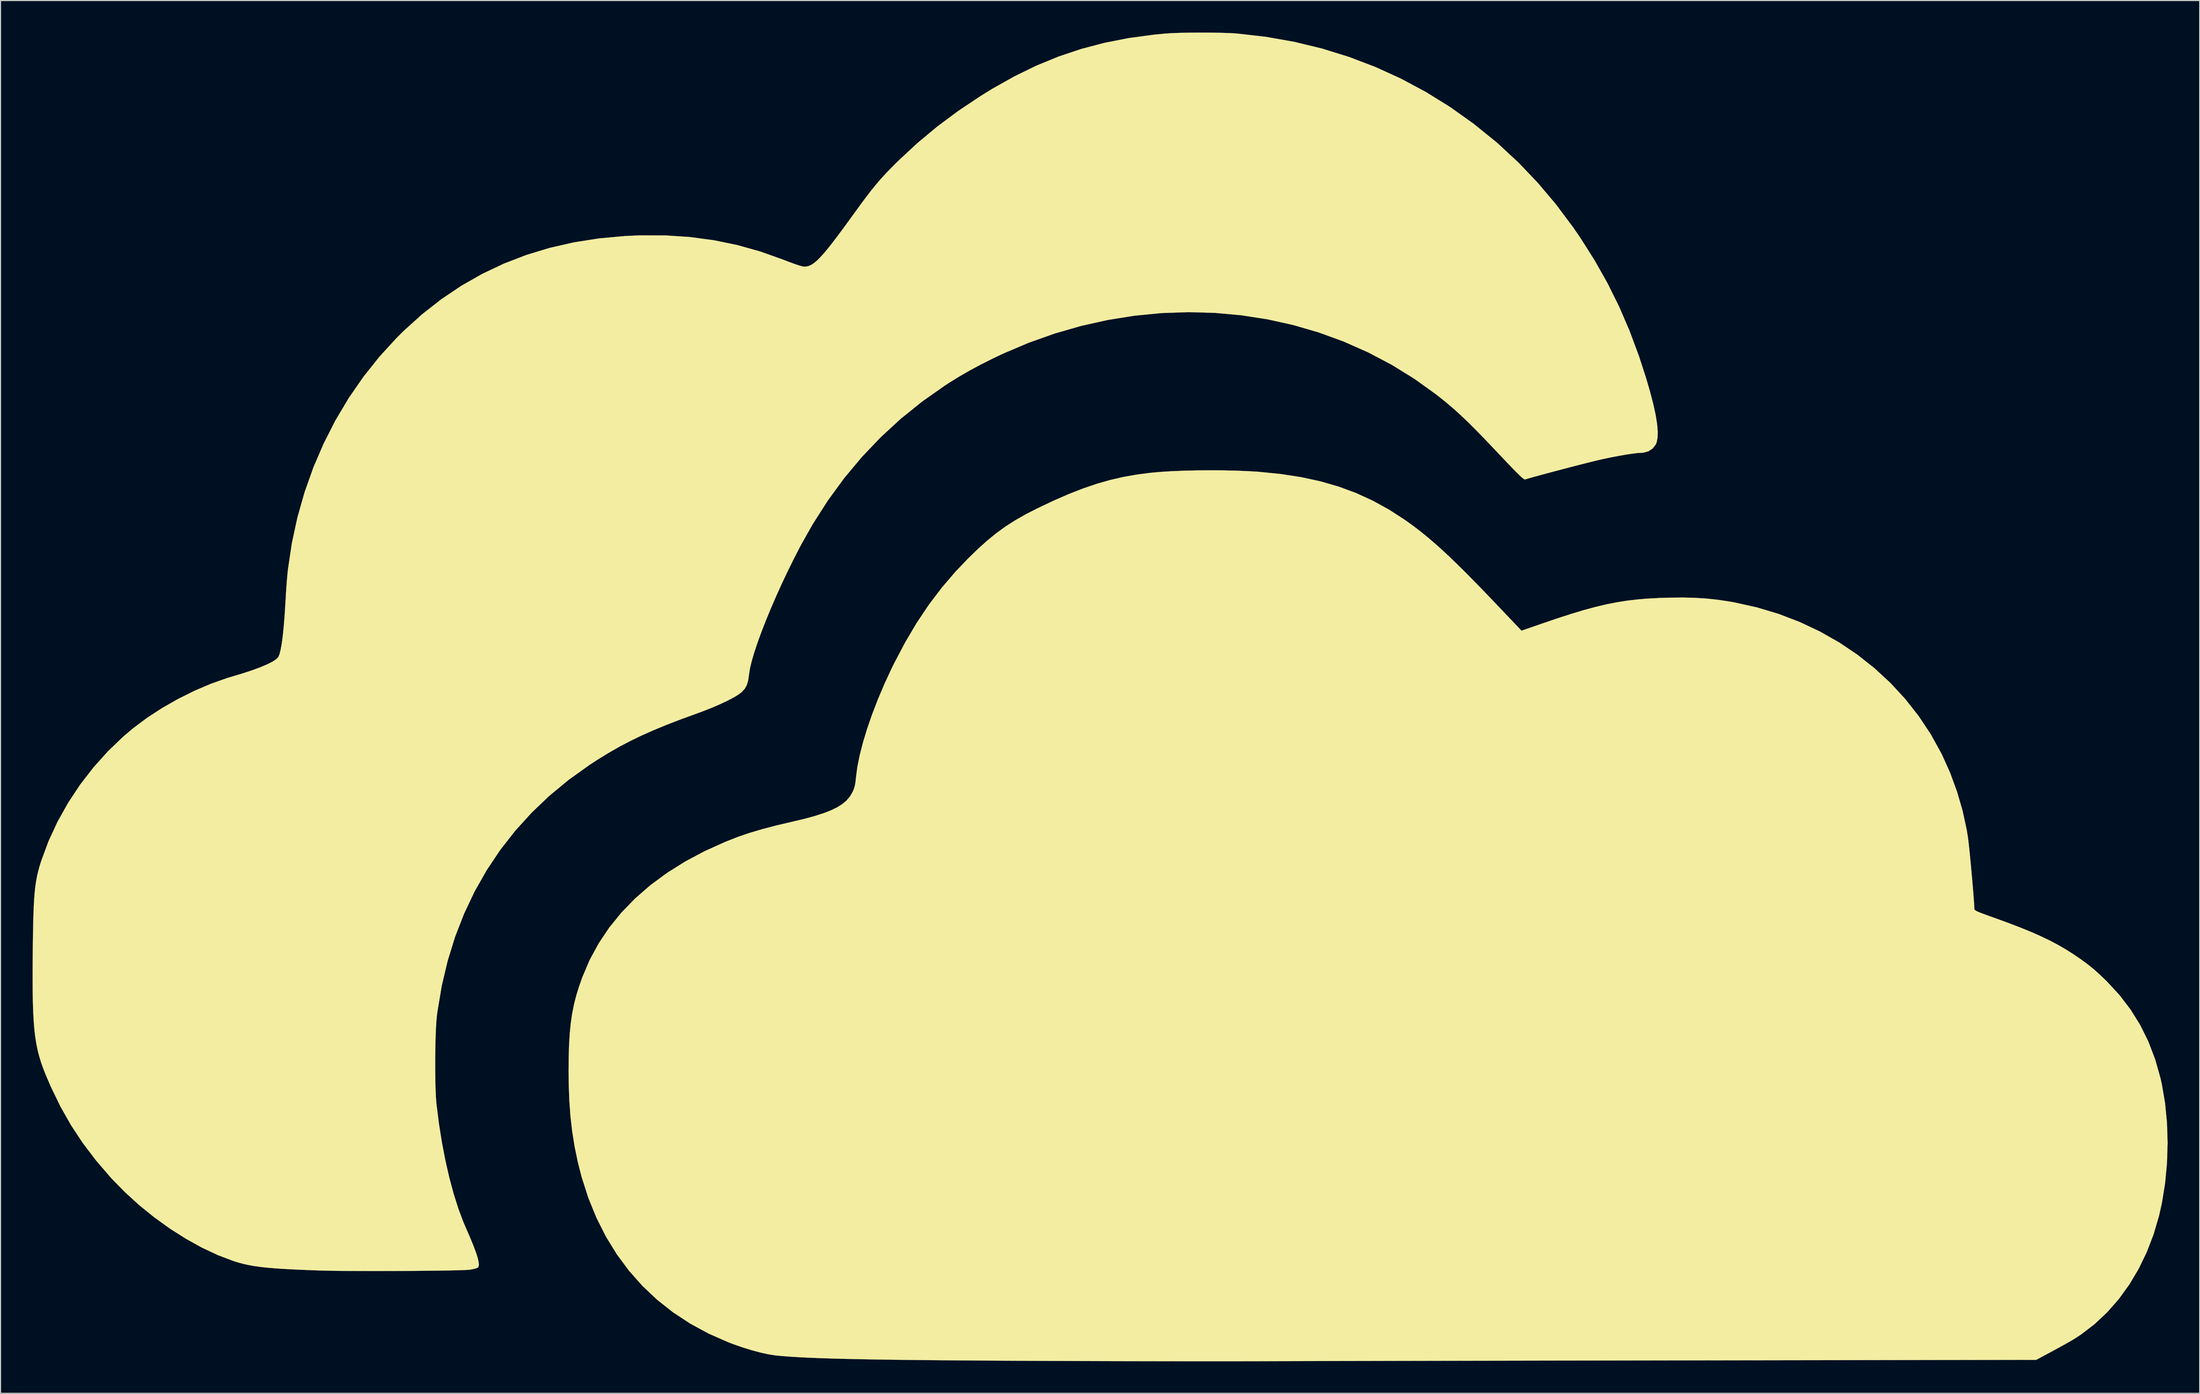
<source format=kicad_pcb>
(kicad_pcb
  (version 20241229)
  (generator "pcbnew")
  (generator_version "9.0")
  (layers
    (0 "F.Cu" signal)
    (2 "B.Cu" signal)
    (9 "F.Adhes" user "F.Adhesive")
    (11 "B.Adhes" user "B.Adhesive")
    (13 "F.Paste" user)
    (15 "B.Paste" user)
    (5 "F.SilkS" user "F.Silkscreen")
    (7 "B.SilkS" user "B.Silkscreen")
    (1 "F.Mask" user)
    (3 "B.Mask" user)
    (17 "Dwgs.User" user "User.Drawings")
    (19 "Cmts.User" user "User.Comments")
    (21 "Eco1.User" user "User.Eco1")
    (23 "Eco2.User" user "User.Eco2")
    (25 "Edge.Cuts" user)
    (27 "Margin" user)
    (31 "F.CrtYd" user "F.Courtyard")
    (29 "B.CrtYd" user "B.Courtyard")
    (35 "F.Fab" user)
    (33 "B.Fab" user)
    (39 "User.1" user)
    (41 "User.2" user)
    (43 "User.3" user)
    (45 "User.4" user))
  (footprint "onedrive_20x20_F"
    (layer "F.Cu")
    (at 99.986 62.242)
    (property "Reference" "onedrive_20x20_F" (at 0 0 0) (layer "F.SilkS") (effects (font (size 1.524 1.524) (thickness 0.3))))
    (attr through_hole)
    (fp_poly (pts (xy 11.498 -21.214) (xy 12.699 -21.188) (xy 13.83 -21.143) (xy 14.858 -21.08) (xy 14.901 -21.076) (xy 16.947 -20.869) (xy 18.863 -20.572) (xy 20.665 -20.179) (xy 22.371 -19.683) (xy 23.997 -19.079) (xy 25.559 -18.362) (xy 27.075 -17.524) (xy 28.562 -16.561) (xy 29.379 -15.971) (xy 30.004 -15.491) (xy 30.634 -14.981) (xy 31.282 -14.429) (xy 31.96 -13.824) (xy 32.679 -13.155) (xy 33.452 -12.41) (xy 34.29 -11.579) (xy 35.205 -10.651) (xy 36.208 -9.613) (xy 37.076 -8.705) (xy 39.465 -6.192) (xy 41.428 -6.873) (xy 42.835 -7.352) (xy 44.11 -7.764) (xy 45.278 -8.116) (xy 46.362 -8.411) (xy 47.384 -8.654) (xy 48.369 -8.85) (xy 49.338 -9.004) (xy 50.315 -9.12) (xy 51.324 -9.204) (xy 52.387 -9.259) (xy 53.298 -9.286) (xy 54.561 -9.298) (xy 55.705 -9.271) (xy 56.776 -9.204) (xy 57.821 -9.093) (xy 58.888 -8.934) (xy 59.394 -8.845) (xy 61.507 -8.376) (xy 63.553 -7.761) (xy 65.525 -7.005) (xy 67.414 -6.113) (xy 69.216 -5.09) (xy 70.923 -3.941) (xy 72.528 -2.671) (xy 74.024 -1.286) (xy 75.406 0.211) (xy 76.665 1.814) (xy 77.795 3.517) (xy 78.789 5.317) (xy 78.861 5.461) (xy 79.612 7.14) (xy 80.255 8.898) (xy 80.776 10.69) (xy 81.161 12.474) (xy 81.274 13.173) (xy 81.315 13.492) (xy 81.365 13.938) (xy 81.423 14.485) (xy 81.485 15.109) (xy 81.549 15.782) (xy 81.614 16.48) (xy 81.676 17.175) (xy 81.733 17.844) (xy 81.784 18.46) (xy 81.825 18.996) (xy 81.855 19.428) (xy 81.871 19.73) (xy 81.873 19.821) (xy 81.879 19.895) (xy 81.911 19.961) (xy 81.987 20.028) (xy 82.128 20.106) (xy 82.351 20.203) (xy 82.676 20.329) (xy 83.123 20.492) (xy 83.71 20.702) (xy 83.714 20.704) (xy 85.006 21.175) (xy 86.155 21.614) (xy 87.178 22.032) (xy 88.098 22.437) (xy 88.934 22.839) (xy 89.707 23.247) (xy 90.435 23.669) (xy 91.141 24.117) (xy 91.196 24.153) (xy 91.896 24.632) (xy 92.501 25.078) (xy 93.059 25.531) (xy 93.62 26.032) (xy 94.233 26.621) (xy 94.302 26.689) (xy 95.481 27.968) (xy 96.518 29.328) (xy 97.415 30.775) (xy 98.175 32.315) (xy 98.801 33.954) (xy 99.297 35.698) (xy 99.439 36.328) (xy 99.736 38.075) (xy 99.915 39.907) (xy 99.974 41.789) (xy 99.916 43.687) (xy 99.741 45.566) (xy 99.449 47.391) (xy 99.172 48.635) (xy 98.658 50.383) (xy 98.018 52.046) (xy 97.259 53.614) (xy 96.385 55.081) (xy 95.403 56.437) (xy 94.318 57.675) (xy 93.137 58.785) (xy 91.864 59.76) (xy 91.225 60.176) (xy 90.926 60.353) (xy 90.517 60.587) (xy 90.037 60.856) (xy 89.526 61.137) (xy 89.11 61.362) (xy 87.669 62.134) (xy 56.005 62.182) (xy 53.601 62.186) (xy 51.195 62.19) (xy 48.795 62.194) (xy 46.41 62.198) (xy 44.048 62.201) (xy 41.717 62.205) (xy 39.426 62.209) (xy 37.182 62.213) (xy 34.994 62.217) (xy 32.87 62.221) (xy 30.818 62.225) (xy 28.847 62.229) (xy 26.965 62.233) (xy 25.18 62.237) (xy 23.5 62.24) (xy 21.934 62.243) (xy 20.49 62.247) (xy 19.175 62.25) (xy 17.999 62.253) (xy 16.97 62.255) (xy 16.095 62.258) (xy 15.536 62.26) (xy 14.368 62.263) (xy 13.05 62.265) (xy 11.601 62.266) (xy 10.041 62.266) (xy 8.388 62.265) (xy 6.663 62.264) (xy 4.884 62.261) (xy 3.071 62.258) (xy 1.244 62.254) (xy -0.579 62.249) (xy -2.379 62.243) (xy -4.135 62.237) (xy -5.829 62.23) (xy -6.435 62.227) (xy -8.855 62.215) (xy -11.113 62.201) (xy -13.213 62.186) (xy -15.164 62.17) (xy -16.972 62.153) (xy -18.642 62.134) (xy -20.181 62.113) (xy -21.596 62.09) (xy -22.892 62.065) (xy -24.078 62.038) (xy -25.158 62.009) (xy -26.139 61.977) (xy -27.028 61.943) (xy -27.831 61.906) (xy -28.555 61.866) (xy -29.205 61.823) (xy -29.789 61.777) (xy -30.313 61.728) (xy -30.422 61.716) (xy -31.049 61.62) (xy -31.791 61.457) (xy -32.612 61.237) (xy -33.477 60.971) (xy -34.35 60.667) (xy -34.833 60.483) (xy -36.669 59.674) (xy -38.393 58.739) (xy -40.002 57.68) (xy -41.496 56.499) (xy -42.873 55.198) (xy -44.13 53.78) (xy -45.266 52.245) (xy -46.279 50.598) (xy -47.167 48.84) (xy -47.929 46.972) (xy -48.563 44.998) (xy -48.937 43.519) (xy -49.224 42.116) (xy -49.447 40.712) (xy -49.611 39.273) (xy -49.719 37.763) (xy -49.774 36.146) (xy -49.784 35.078) (xy -49.773 33.763) (xy -49.737 32.59) (xy -49.673 31.536) (xy -49.577 30.573) (xy -49.446 29.677) (xy -49.275 28.822) (xy -49.061 27.983) (xy -48.799 27.136) (xy -48.501 26.289) (xy -47.806 24.656) (xy -46.959 23.097) (xy -45.965 21.615) (xy -44.825 20.212) (xy -43.542 18.89) (xy -42.118 17.652) (xy -40.555 16.499) (xy -38.857 15.434) (xy -37.026 14.459) (xy -35.063 13.577) (xy -33.879 13.113) (xy -32.846 12.759) (xy -31.645 12.404) (xy -30.278 12.047) (xy -28.914 11.727) (xy -27.768 11.456) (xy -26.778 11.189) (xy -25.933 10.921) (xy -25.22 10.646) (xy -24.626 10.357) (xy -24.139 10.049) (xy -23.748 9.715) (xy -23.438 9.349) (xy -23.2 8.949) (xy -23.068 8.65) (xy -22.977 8.353) (xy -22.914 8) (xy -22.864 7.536) (xy -22.864 7.533) (xy -22.734 6.548) (xy -22.511 5.445) (xy -22.201 4.244) (xy -21.811 2.964) (xy -21.347 1.624) (xy -20.815 0.244) (xy -20.222 -1.157) (xy -19.575 -2.56) (xy -19.294 -3.133) (xy -18.259 -5.098) (xy -17.183 -6.918) (xy -16.051 -8.612) (xy -14.848 -10.202) (xy -13.559 -11.709) (xy -12.407 -12.918) (xy -11.464 -13.835) (xy -10.578 -14.632) (xy -9.717 -15.334) (xy -8.849 -15.965) (xy -7.94 -16.546) (xy -6.958 -17.104) (xy -5.884 -17.653) (xy -4.359 -18.376) (xy -2.937 -18.997) (xy -1.593 -19.522) (xy -0.302 -19.96) (xy 0.961 -20.32) (xy 2.221 -20.608) (xy 3.504 -20.832) (xy 4.746 -20.992) (xy 5.649 -21.072) (xy 6.685 -21.136) (xy 7.822 -21.182) (xy 9.026 -21.211) (xy 10.263 -21.221) (xy 11.498 -21.214)) (stroke (width 0.01) (type solid)) (fill yes) (layer "F.SilkS"))
    (fp_poly (pts (xy 10.602 -62.23) (xy 11.387 -62.215) (xy 12.087 -62.192) (xy 12.667 -62.161) (xy 12.827 -62.148) (xy 15.533 -61.839) (xy 18.183 -61.37) (xy 20.775 -60.743) (xy 23.306 -59.958) (xy 25.772 -59.018) (xy 28.172 -57.923) (xy 30.502 -56.675) (xy 32.759 -55.275) (xy 34.942 -53.723) (xy 37.046 -52.022) (xy 37.294 -51.807) (xy 39.196 -50.041) (xy 40.991 -48.157) (xy 42.687 -46.146) (xy 44.291 -44) (xy 44.998 -42.968) (xy 46.325 -40.871) (xy 47.522 -38.746) (xy 48.601 -36.569) (xy 49.574 -34.313) (xy 50.454 -31.952) (xy 51.139 -29.839) (xy 51.511 -28.558) (xy 51.805 -27.424) (xy 52.022 -26.432) (xy 52.16 -25.581) (xy 52.222 -24.865) (xy 52.207 -24.283) (xy 52.117 -23.831) (xy 52.039 -23.646) (xy 51.753 -23.27) (xy 51.355 -23.008) (xy 50.876 -22.874) (xy 50.65 -22.86) (xy 50.317 -22.84) (xy 49.844 -22.783) (xy 49.256 -22.694) (xy 48.58 -22.575) (xy 47.838 -22.432) (xy 47.057 -22.268) (xy 46.991 -22.254) (xy 46.619 -22.168) (xy 46.12 -22.047) (xy 45.518 -21.896) (xy 44.84 -21.724) (xy 44.113 -21.536) (xy 43.363 -21.34) (xy 42.615 -21.143) (xy 41.897 -20.951) (xy 41.234 -20.772) (xy 40.653 -20.612) (xy 40.179 -20.478) (xy 39.84 -20.377) (xy 39.803 -20.365) (xy 39.738 -20.375) (xy 39.631 -20.441) (xy 39.471 -20.572) (xy 39.249 -20.779) (xy 38.954 -21.07) (xy 38.577 -21.457) (xy 38.107 -21.948) (xy 37.534 -22.554) (xy 37.467 -22.624) (xy 36.619 -23.521) (xy 35.867 -24.306) (xy 35.196 -24.994) (xy 34.59 -25.6) (xy 34.033 -26.139) (xy 33.51 -26.626) (xy 33.005 -27.076) (xy 32.502 -27.504) (xy 31.986 -27.924) (xy 31.44 -28.352) (xy 31.369 -28.407) (xy 29.393 -29.821) (xy 27.309 -31.107) (xy 25.125 -32.259) (xy 25.051 -32.295) (xy 22.779 -33.299) (xy 20.451 -34.147) (xy 18.074 -34.838) (xy 15.656 -35.373) (xy 13.204 -35.752) (xy 10.727 -35.975) (xy 8.232 -36.042) (xy 5.727 -35.954) (xy 3.219 -35.71) (xy 0.717 -35.31) (xy -1.772 -34.755) (xy -4.24 -34.045) (xy -6.679 -33.18) (xy -9.082 -32.16) (xy -10.033 -31.708) (xy -11.179 -31.131) (xy -12.211 -30.577) (xy -13.179 -30.019) (xy -14.131 -29.43) (xy -14.555 -29.154) (xy -16.674 -27.663) (xy -18.675 -26.051) (xy -20.559 -24.316) (xy -22.327 -22.459) (xy -23.979 -20.479) (xy -25.515 -18.374) (xy -26.937 -16.146) (xy -28.041 -14.182) (xy -28.644 -13.015) (xy -29.232 -11.827) (xy -29.798 -10.632) (xy -30.335 -9.446) (xy -30.838 -8.284) (xy -31.301 -7.162) (xy -31.717 -6.094) (xy -32.08 -5.096) (xy -32.385 -4.183) (xy -32.625 -3.371) (xy -32.794 -2.674) (xy -32.886 -2.108) (xy -32.889 -2.074) (xy -32.967 -1.52) (xy -33.095 -1.091) (xy -33.29 -0.745) (xy -33.57 -0.44) (xy -33.598 -0.415) (xy -33.921 -0.176) (xy -34.385 0.099) (xy -34.969 0.401) (xy -35.651 0.72) (xy -36.408 1.044) (xy -37.221 1.364) (xy -37.761 1.563) (xy -39.251 2.106) (xy -40.599 2.626) (xy -41.829 3.134) (xy -42.966 3.64) (xy -44.033 4.157) (xy -45.055 4.696) (xy -46.055 5.269) (xy -47.058 5.887) (xy -47.837 6.395) (xy -49.772 7.779) (xy -51.577 9.27) (xy -53.248 10.864) (xy -54.786 12.561) (xy -56.188 14.355) (xy -57.452 16.246) (xy -58.578 18.23) (xy -59.562 20.305) (xy -60.405 22.467) (xy -61.103 24.715) (xy -61.656 27.046) (xy -62.062 29.457) (xy -62.118 29.887) (xy -62.165 30.38) (xy -62.204 31.012) (xy -62.236 31.753) (xy -62.258 32.574) (xy -62.273 33.444) (xy -62.278 34.335) (xy -62.275 35.215) (xy -62.263 36.055) (xy -62.242 36.825) (xy -62.212 37.496) (xy -62.172 38.036) (xy -62.161 38.142) (xy -61.932 39.968) (xy -61.65 41.746) (xy -61.322 43.458) (xy -60.95 45.084) (xy -60.54 46.606) (xy -60.095 48.005) (xy -59.621 49.263) (xy -59.43 49.709) (xy -59.032 50.621) (xy -58.714 51.393) (xy -58.472 52.033) (xy -58.306 52.548) (xy -58.211 52.946) (xy -58.186 53.236) (xy -58.228 53.425) (xy -58.266 53.477) (xy -58.405 53.545) (xy -58.662 53.617) (xy -58.987 53.679) (xy -59.06 53.689) (xy -59.28 53.707) (xy -59.652 53.724) (xy -60.16 53.739) (xy -60.789 53.754) (xy -61.52 53.766) (xy -62.338 53.778) (xy -63.227 53.787) (xy -64.169 53.796) (xy -65.148 53.802) (xy -66.148 53.807) (xy -67.152 53.809) (xy -68.144 53.81) (xy -69.107 53.808) (xy -70.025 53.805) (xy -70.88 53.799) (xy -71.657 53.791) (xy -72.339 53.781) (xy -72.91 53.768) (xy -73.152 53.76) (xy -74.401 53.713) (xy -75.496 53.665) (xy -76.455 53.614) (xy -77.293 53.558) (xy -78.028 53.495) (xy -78.674 53.424) (xy -79.248 53.343) (xy -79.767 53.249) (xy -80.247 53.142) (xy -80.704 53.02) (xy -81.154 52.88) (xy -81.16 52.878) (xy -82.624 52.323) (xy -84.121 51.621) (xy -85.628 50.786) (xy -87.127 49.833) (xy -88.595 48.774) (xy -90.013 47.625) (xy -91.359 46.398) (xy -92.614 45.109) (xy -92.667 45.05) (xy -94.049 43.442) (xy -95.281 41.817) (xy -96.383 40.146) (xy -97.374 38.398) (xy -98.274 36.541) (xy -98.769 35.388) (xy -98.991 34.823) (xy -99.186 34.271) (xy -99.356 33.718) (xy -99.502 33.151) (xy -99.625 32.554) (xy -99.728 31.914) (xy -99.811 31.217) (xy -99.875 30.448) (xy -99.923 29.593) (xy -99.956 28.638) (xy -99.975 27.57) (xy -99.981 26.373) (xy -99.977 25.034) (xy -99.965 23.707) (xy -99.949 22.488) (xy -99.93 21.423) (xy -99.907 20.493) (xy -99.876 19.683) (xy -99.838 18.975) (xy -99.789 18.352) (xy -99.73 17.799) (xy -99.657 17.298) (xy -99.57 16.833) (xy -99.467 16.386) (xy -99.347 15.942) (xy -99.207 15.483) (xy -99.173 15.378) (xy -98.489 13.527) (xy -97.647 11.711) (xy -96.66 9.946) (xy -95.538 8.247) (xy -94.292 6.633) (xy -92.934 5.117) (xy -91.474 3.717) (xy -90.559 2.943) (xy -89.266 1.976) (xy -87.854 1.057) (xy -86.361 0.206) (xy -84.823 -0.56) (xy -83.277 -1.22) (xy -81.761 -1.756) (xy -81.28 -1.9) (xy -80.301 -2.193) (xy -79.426 -2.482) (xy -78.665 -2.763) (xy -78.029 -3.031) (xy -77.528 -3.282) (xy -77.174 -3.511) (xy -76.982 -3.705) (xy -76.864 -3.972) (xy -76.752 -4.404) (xy -76.646 -4.995) (xy -76.548 -5.74) (xy -76.457 -6.634) (xy -76.374 -7.671) (xy -76.3 -8.848) (xy -76.285 -9.124) (xy -76.249 -9.739) (xy -76.205 -10.382) (xy -76.157 -11.003) (xy -76.108 -11.549) (xy -76.07 -11.918) (xy -75.701 -14.389) (xy -75.178 -16.815) (xy -74.503 -19.188) (xy -73.682 -21.5) (xy -72.717 -23.743) (xy -71.614 -25.908) (xy -70.375 -27.988) (xy -69.005 -29.973) (xy -67.508 -31.856) (xy -65.887 -33.629) (xy -65.231 -34.281) (xy -63.5 -35.844) (xy -61.699 -37.255) (xy -59.823 -38.516) (xy -57.874 -39.626) (xy -55.847 -40.587) (xy -53.743 -41.399) (xy -51.559 -42.063) (xy -49.293 -42.58) (xy -46.944 -42.95) (xy -44.51 -43.174) (xy -43.053 -43.238) (xy -40.68 -43.23) (xy -38.384 -43.076) (xy -36.152 -42.775) (xy -33.968 -42.324) (xy -31.819 -41.72) (xy -29.692 -40.962) (xy -29.638 -40.94) (xy -29.067 -40.72) (xy -28.565 -40.539) (xy -28.156 -40.404) (xy -27.86 -40.323) (xy -27.721 -40.301) (xy -27.499 -40.318) (xy -27.276 -40.375) (xy -27.045 -40.48) (xy -26.796 -40.644) (xy -26.522 -40.873) (xy -26.214 -41.179) (xy -25.863 -41.569) (xy -25.461 -42.052) (xy -25.001 -42.639) (xy -24.472 -43.336) (xy -23.868 -44.154) (xy -23.18 -45.102) (xy -23.008 -45.339) (xy -22.425 -46.142) (xy -21.913 -46.83) (xy -21.454 -47.428) (xy -21.023 -47.961) (xy -20.602 -48.455) (xy -20.167 -48.935) (xy -19.697 -49.427) (xy -19.172 -49.955) (xy -18.869 -50.254) (xy -17.109 -51.89) (xy -15.258 -53.431) (xy -13.296 -54.892) (xy -11.202 -56.291) (xy -10.075 -56.986) (xy -8.025 -58.14) (xy -5.97 -59.141) (xy -3.892 -59.994) (xy -1.771 -60.705) (xy 0.41 -61.279) (xy 2.669 -61.723) (xy 5.024 -62.042) (xy 6.134 -62.148) (xy 6.669 -62.182) (xy 7.336 -62.208) (xy 8.099 -62.226) (xy 8.921 -62.235) (xy 9.768 -62.237) (xy 10.602 -62.23)) (stroke (width 0.01) (type solid)) (fill yes) (layer "F.SilkS")))
  (gr_rect
    (start -3 -3)
    (end 202.965 127.513)
    (stroke (width 0.1) (type default))
    (fill no)
    (layer "Edge.Cuts")))
</source>
